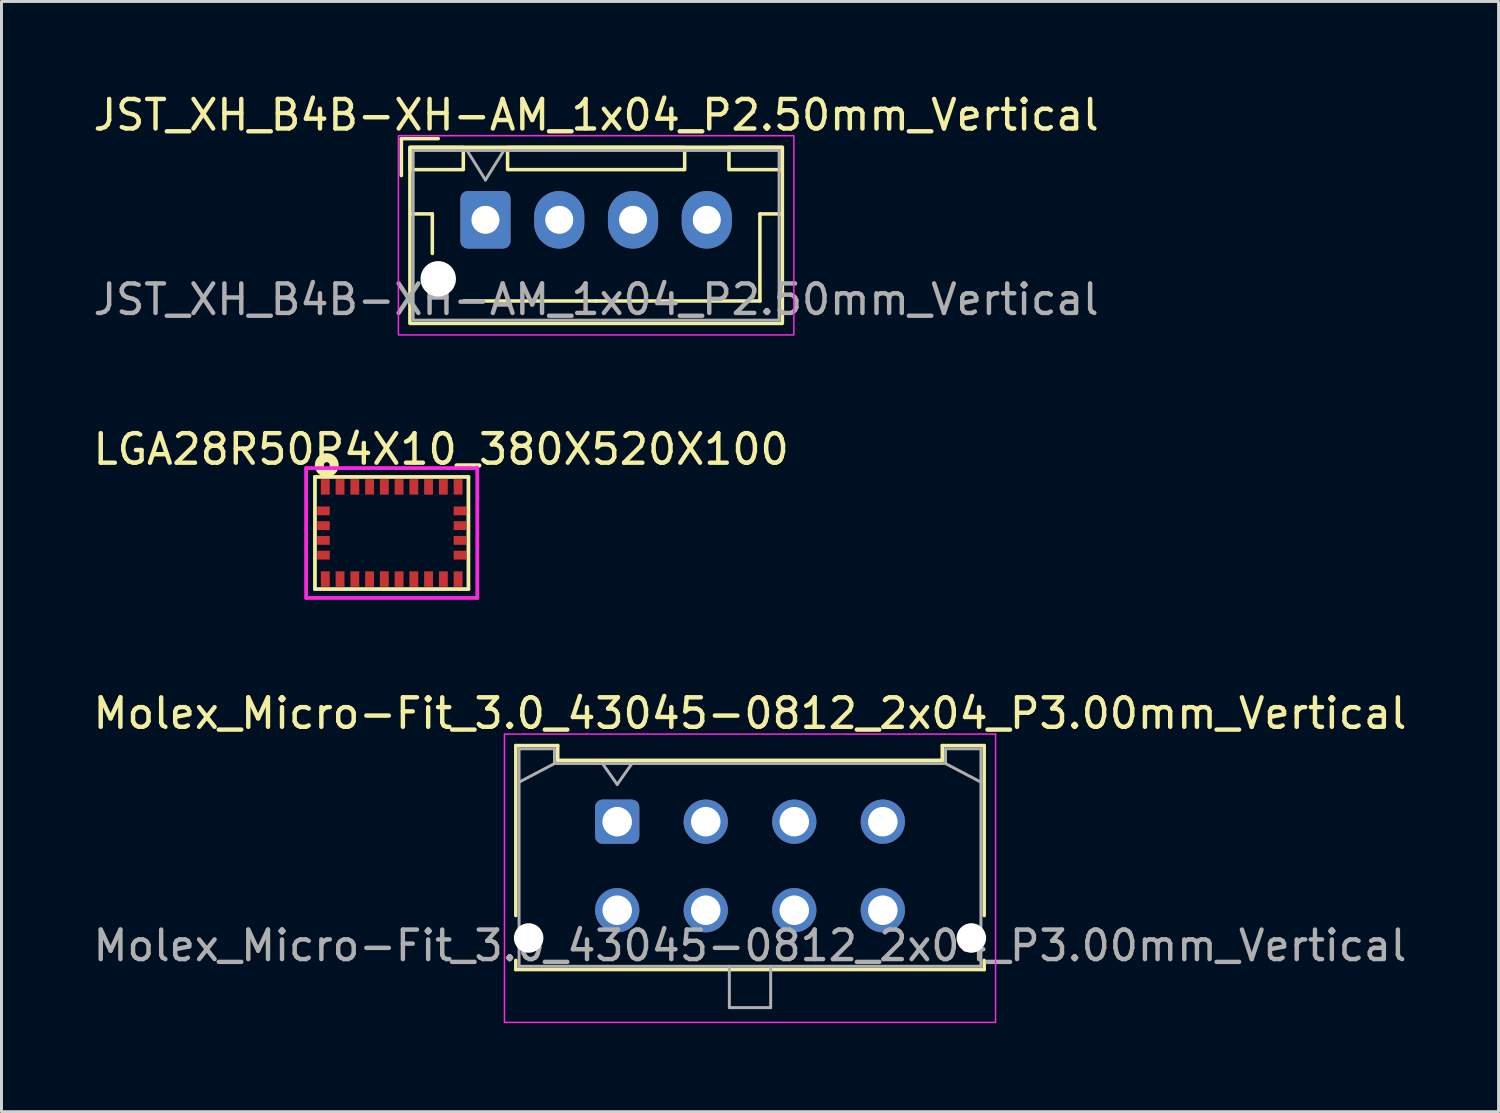
<source format=kicad_pcb>
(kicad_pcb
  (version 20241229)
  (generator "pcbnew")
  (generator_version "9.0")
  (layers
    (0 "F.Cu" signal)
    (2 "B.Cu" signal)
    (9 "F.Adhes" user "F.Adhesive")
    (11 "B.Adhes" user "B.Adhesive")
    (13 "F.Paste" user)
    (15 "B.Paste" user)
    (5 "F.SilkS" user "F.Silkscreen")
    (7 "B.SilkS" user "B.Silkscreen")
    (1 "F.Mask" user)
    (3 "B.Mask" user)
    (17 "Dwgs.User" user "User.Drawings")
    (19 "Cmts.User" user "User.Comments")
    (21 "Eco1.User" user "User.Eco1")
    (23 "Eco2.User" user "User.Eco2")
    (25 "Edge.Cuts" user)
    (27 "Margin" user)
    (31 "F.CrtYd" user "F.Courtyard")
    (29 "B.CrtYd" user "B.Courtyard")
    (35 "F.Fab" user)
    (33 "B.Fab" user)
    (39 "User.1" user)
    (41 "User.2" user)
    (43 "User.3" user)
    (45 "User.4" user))
  (footprint "Molex_Micro-Fit_3.0_43045-0812_2x04_P3.00mm_Vertical"
    (layer "F.Cu")
    (at 17.863 24.792)
    (property "Reference" "Molex_Micro-Fit_3.0_43045-0812_2x04_P3.00mm_Vertical" (at 4.5 -3.67 0) (layer "F.SilkS") (effects (font (size 1 1) (thickness 0.15))))
    (attr through_hole)
    (fp_line (start -3.435 -2.58) (end -2.015 -2.58) (stroke (width 0.12) (type solid)) (layer "F.SilkS"))
    (fp_line (start -3.435 3.18) (end -3.435 -2.58) (stroke (width 0.12) (type solid)) (layer "F.SilkS"))
    (fp_line (start -3.435 4.7) (end -3.435 5.01) (stroke (width 0.12) (type solid)) (layer "F.SilkS"))
    (fp_line (start -3.435 5.01) (end 12.435 5.01) (stroke (width 0.12) (type solid)) (layer "F.SilkS"))
    (fp_line (start -2.015 -2.58) (end -2.015 -2.08) (stroke (width 0.12) (type solid)) (layer "F.SilkS"))
    (fp_line (start -2.015 -2.08) (end 11.015 -2.08) (stroke (width 0.12) (type solid)) (layer "F.SilkS"))
    (fp_line (start 11.015 -2.58) (end 12.435 -2.58) (stroke (width 0.12) (type solid)) (layer "F.SilkS"))
    (fp_line (start 11.015 -2.08) (end 11.015 -2.58) (stroke (width 0.12) (type solid)) (layer "F.SilkS"))
    (fp_line (start 12.435 -2.58) (end 12.435 3.18) (stroke (width 0.12) (type solid)) (layer "F.SilkS"))
    (fp_line (start 12.435 5.01) (end 12.435 4.7) (stroke (width 0.12) (type solid)) (layer "F.SilkS"))
    (fp_line (start -3.82 -2.97) (end 12.82 -2.97) (stroke (width 0.05) (type solid)) (layer "F.CrtYd"))
    (fp_line (start -3.82 6.8) (end -3.82 -2.97) (stroke (width 0.05) (type solid)) (layer "F.CrtYd"))
    (fp_line (start 12.82 -2.97) (end 12.82 6.8) (stroke (width 0.05) (type solid)) (layer "F.CrtYd"))
    (fp_line (start 12.82 6.8) (end -3.82 6.8) (stroke (width 0.05) (type solid)) (layer "F.CrtYd"))
    (fp_line (start -3.325 -2.47) (end -3.325 4.9) (stroke (width 0.1) (type solid)) (layer "F.Fab"))
    (fp_line (start -3.325 -1.34) (end -2.125 -1.97) (stroke (width 0.1) (type solid)) (layer "F.Fab"))
    (fp_line (start -3.325 4.9) (end 12.325 4.9) (stroke (width 0.1) (type solid)) (layer "F.Fab"))
    (fp_line (start -2.125 -2.47) (end -3.325 -2.47) (stroke (width 0.1) (type solid)) (layer "F.Fab"))
    (fp_line (start -2.125 -1.97) (end -2.125 -2.47) (stroke (width 0.1) (type solid)) (layer "F.Fab"))
    (fp_line (start -0.5 -1.97) (end 0 -1.263) (stroke (width 0.1) (type solid)) (layer "F.Fab"))
    (fp_line (start 0 -1.263) (end 0.5 -1.97) (stroke (width 0.1) (type solid)) (layer "F.Fab"))
    (fp_line (start 3.8 4.9) (end 3.8 6.3) (stroke (width 0.1) (type solid)) (layer "F.Fab"))
    (fp_line (start 3.8 6.3) (end 5.2 6.3) (stroke (width 0.1) (type solid)) (layer "F.Fab"))
    (fp_line (start 5.2 6.3) (end 5.2 4.9) (stroke (width 0.1) (type solid)) (layer "F.Fab"))
    (fp_line (start 11.125 -2.47) (end 11.125 -1.97) (stroke (width 0.1) (type solid)) (layer "F.Fab"))
    (fp_line (start 11.125 -1.97) (end -2.125 -1.97) (stroke (width 0.1) (type solid)) (layer "F.Fab"))
    (fp_line (start 12.325 -2.47) (end 11.125 -2.47) (stroke (width 0.1) (type solid)) (layer "F.Fab"))
    (fp_line (start 12.325 -1.34) (end 11.125 -1.97) (stroke (width 0.1) (type solid)) (layer "F.Fab"))
    (fp_line (start 12.325 4.9) (end 12.325 -2.47) (stroke (width 0.1) (type solid)) (layer "F.Fab"))
    (fp_text user "${REFERENCE}" (at 4.5 4.2 0) (layer "F.Fab") (effects (font (size 1 1) (thickness 0.15))))
    (pad "" np_thru_hole circle (at -3 3.94) (size 1 1) (drill 1) (layers "*.Cu" "*.Mask"))
    (pad "" np_thru_hole circle (at 12 3.94) (size 1 1) (drill 1) (layers "*.Cu" "*.Mask"))
    (pad "1" thru_hole roundrect (at 0 0) (size 1.5 1.5) (drill 1) (layers "*.Cu" "*.Mask") (roundrect_rratio 0.167))
    (pad "2" thru_hole circle (at 3 0) (size 1.5 1.5) (drill 1) (layers "*.Cu" "*.Mask"))
    (pad "3" thru_hole circle (at 6 0) (size 1.5 1.5) (drill 1) (layers "*.Cu" "*.Mask"))
    (pad "4" thru_hole circle (at 9 0) (size 1.5 1.5) (drill 1) (layers "*.Cu" "*.Mask"))
    (pad "5" thru_hole circle (at 0 3) (size 1.5 1.5) (drill 1) (layers "*.Cu" "*.Mask"))
    (pad "6" thru_hole circle (at 3 3) (size 1.5 1.5) (drill 1) (layers "*.Cu" "*.Mask"))
    (pad "7" thru_hole circle (at 6 3) (size 1.5 1.5) (drill 1) (layers "*.Cu" "*.Mask"))
    (pad "8" thru_hole circle (at 9 3) (size 1.5 1.5) (drill 1) (layers "*.Cu" "*.Mask")))
  (footprint "LGA28R50P4X10_380X520X100"
    (layer "F.Cu")
    (at 10.222 15.01)
    (property "Reference" "LGA28R50P4X10_380X520X100" (at 1.677 -2.838 0) (layer "F.SilkS") (effects (font (size 1.001 1.001) (thickness 0.15))))
    (attr smd)
    (fp_line (start -2.6 -1.9) (end -2.6 1.9) (stroke (width 0.127) (type solid)) (layer "F.SilkS"))
    (fp_line (start -2.6 1.9) (end 2.6 1.9) (stroke (width 0.127) (type solid)) (layer "F.SilkS"))
    (fp_line (start 2.6 -1.9) (end -2.6 -1.9) (stroke (width 0.127) (type solid)) (layer "F.SilkS"))
    (fp_line (start 2.6 1.9) (end 2.6 -1.9) (stroke (width 0.127) (type solid)) (layer "F.SilkS"))
    (fp_circle (center -2.2 -2.3) (end -2.1 -2.3) (stroke (width 0.305) (type solid)) (fill no) (layer "F.SilkS"))
    (fp_line (start -2.9 -2.2) (end 2.9 -2.2) (stroke (width 0.127) (type solid)) (layer "F.CrtYd"))
    (fp_line (start -2.9 2.2) (end -2.9 -2.2) (stroke (width 0.127) (type solid)) (layer "F.CrtYd"))
    (fp_line (start 2.9 -2.2) (end 2.9 2.2) (stroke (width 0.127) (type solid)) (layer "F.CrtYd"))
    (fp_line (start 2.9 2.2) (end -2.9 2.2) (stroke (width 0.127) (type solid)) (layer "F.CrtYd"))
    (pad "1" smd rect (at -2.25 -1.562) (size 0.3 0.525) (layers "F.Cu" "F.Mask" "F.Paste"))
    (pad "2" smd rect (at -2.312 -0.75) (size 0.425 0.3) (layers "F.Cu" "F.Mask" "F.Paste"))
    (pad "3" smd rect (at -2.312 -0.25) (size 0.425 0.3) (layers "F.Cu" "F.Mask" "F.Paste"))
    (pad "4" smd rect (at -2.312 0.25) (size 0.425 0.3) (layers "F.Cu" "F.Mask" "F.Paste"))
    (pad "5" smd rect (at -2.312 0.75) (size 0.425 0.3) (layers "F.Cu" "F.Mask" "F.Paste"))
    (pad "6" smd rect (at -2.25 1.562) (size 0.3 0.525) (layers "F.Cu" "F.Mask" "F.Paste"))
    (pad "7" smd rect (at -1.75 1.562) (size 0.3 0.525) (layers "F.Cu" "F.Mask" "F.Paste"))
    (pad "8" smd rect (at -1.25 1.562) (size 0.3 0.525) (layers "F.Cu" "F.Mask" "F.Paste"))
    (pad "9" smd rect (at -0.75 1.562) (size 0.3 0.525) (layers "F.Cu" "F.Mask" "F.Paste"))
    (pad "10" smd rect (at -0.25 1.562) (size 0.3 0.525) (layers "F.Cu" "F.Mask" "F.Paste"))
    (pad "11" smd rect (at 0.25 1.562) (size 0.3 0.525) (layers "F.Cu" "F.Mask" "F.Paste"))
    (pad "12" smd rect (at 0.75 1.562) (size 0.3 0.525) (layers "F.Cu" "F.Mask" "F.Paste"))
    (pad "13" smd rect (at 1.25 1.562) (size 0.3 0.525) (layers "F.Cu" "F.Mask" "F.Paste"))
    (pad "14" smd rect (at 1.75 1.562) (size 0.3 0.525) (layers "F.Cu" "F.Mask" "F.Paste"))
    (pad "15" smd rect (at 2.25 1.562) (size 0.3 0.525) (layers "F.Cu" "F.Mask" "F.Paste"))
    (pad "16" smd rect (at 2.312 0.75) (size 0.425 0.3) (layers "F.Cu" "F.Mask" "F.Paste"))
    (pad "17" smd rect (at 2.312 0.25) (size 0.425 0.3) (layers "F.Cu" "F.Mask" "F.Paste"))
    (pad "18" smd rect (at 2.312 -0.25) (size 0.425 0.3) (layers "F.Cu" "F.Mask" "F.Paste"))
    (pad "19" smd rect (at 2.312 -0.75) (size 0.425 0.3) (layers "F.Cu" "F.Mask" "F.Paste"))
    (pad "20" smd rect (at 2.25 -1.562) (size 0.3 0.525) (layers "F.Cu" "F.Mask" "F.Paste"))
    (pad "21" smd rect (at 1.75 -1.562) (size 0.3 0.525) (layers "F.Cu" "F.Mask" "F.Paste"))
    (pad "22" smd rect (at 1.25 -1.562) (size 0.3 0.525) (layers "F.Cu" "F.Mask" "F.Paste"))
    (pad "23" smd rect (at 0.75 -1.562) (size 0.3 0.525) (layers "F.Cu" "F.Mask" "F.Paste"))
    (pad "24" smd rect (at 0.25 -1.562) (size 0.3 0.525) (layers "F.Cu" "F.Mask" "F.Paste"))
    (pad "25" smd rect (at -0.25 -1.562) (size 0.3 0.525) (layers "F.Cu" "F.Mask" "F.Paste"))
    (pad "26" smd rect (at -0.75 -1.562) (size 0.3 0.525) (layers "F.Cu" "F.Mask" "F.Paste"))
    (pad "27" smd rect (at -1.25 -1.562) (size 0.3 0.525) (layers "F.Cu" "F.Mask" "F.Paste"))
    (pad "28" smd rect (at -1.75 -1.562) (size 0.3 0.525) (layers "F.Cu" "F.Mask" "F.Paste")))
  (footprint "JST_XH_B4B-XH-AM_1x04_P2.50mm_Vertical"
    (layer "F.Cu")
    (at 13.399 4.398)
    (property "Reference" "JST_XH_B4B-XH-AM_1x04_P2.50mm_Vertical" (at 3.75 -3.55 0) (layer "F.SilkS") (effects (font (size 1 1) (thickness 0.15))))
    (attr through_hole)
    (fp_line (start -2.85 -2.75) (end -2.85 -1.5) (stroke (width 0.12) (type solid)) (layer "F.SilkS"))
    (fp_line (start -2.55 -0.2) (end -1.8 -0.2) (stroke (width 0.12) (type solid)) (layer "F.SilkS"))
    (fp_line (start -1.8 -0.2) (end -1.8 1.14) (stroke (width 0.12) (type solid)) (layer "F.SilkS"))
    (fp_line (start -1.6 -2.75) (end -2.85 -2.75) (stroke (width 0.12) (type solid)) (layer "F.SilkS"))
    (fp_line (start 3.75 2.75) (end -0.74 2.75) (stroke (width 0.12) (type solid)) (layer "F.SilkS"))
    (fp_line (start 9.3 -0.2) (end 9.3 2.75) (stroke (width 0.12) (type solid)) (layer "F.SilkS"))
    (fp_line (start 9.3 2.75) (end 3.75 2.75) (stroke (width 0.12) (type solid)) (layer "F.SilkS"))
    (fp_line (start 10.05 -0.2) (end 9.3 -0.2) (stroke (width 0.12) (type solid)) (layer "F.SilkS"))
    (fp_rect (start -2.56 -2.46) (end 10.06 3.51) (stroke (width 0.12) (type solid)) (fill no) (layer "F.SilkS"))
    (fp_rect (start -2.55 -2.45) (end -0.75 -1.7) (stroke (width 0.12) (type solid)) (fill no) (layer "F.SilkS"))
    (fp_rect (start 0.75 -2.45) (end 6.75 -1.7) (stroke (width 0.12) (type solid)) (fill no) (layer "F.SilkS"))
    (fp_rect (start 8.25 -2.45) (end 10.05 -1.7) (stroke (width 0.12) (type solid)) (fill no) (layer "F.SilkS"))
    (fp_rect (start -2.95 -2.85) (end 10.45 3.9) (stroke (width 0.05) (type solid)) (fill no) (layer "F.CrtYd"))
    (fp_line (start -0.625 -2.35) (end 0 -1.35) (stroke (width 0.1) (type solid)) (layer "F.Fab"))
    (fp_line (start 0 -1.35) (end 0.625 -2.35) (stroke (width 0.1) (type solid)) (layer "F.Fab"))
    (fp_rect (start -2.45 -2.35) (end 9.95 3.4) (stroke (width 0.1) (type solid)) (fill no) (layer "F.Fab"))
    (fp_text user "${REFERENCE}" (at 3.75 2.7 0) (layer "F.Fab") (effects (font (size 1 1) (thickness 0.15))))
    (pad "" np_thru_hole circle (at -1.6 2) (size 1.2 1.2) (drill 1.2) (layers "*.Cu" "*.Mask"))
    (pad "1" thru_hole roundrect (at 0 0) (size 1.7 1.95) (drill 0.95) (layers "*.Cu" "*.Mask") (roundrect_rratio 0.147))
    (pad "2" thru_hole oval (at 2.5 0) (size 1.7 1.95) (drill 0.95) (layers "*.Cu" "*.Mask"))
    (pad "3" thru_hole oval (at 5 0) (size 1.7 1.95) (drill 0.95) (layers "*.Cu" "*.Mask"))
    (pad "4" thru_hole oval (at 7.5 0) (size 1.7 1.95) (drill 0.95) (layers "*.Cu" "*.Mask")))
  (gr_rect
    (start -3 -3)
    (end 47.726 34.617)
    (stroke (width 0.1) (type default))
    (fill no)
    (layer "Edge.Cuts")))
</source>
